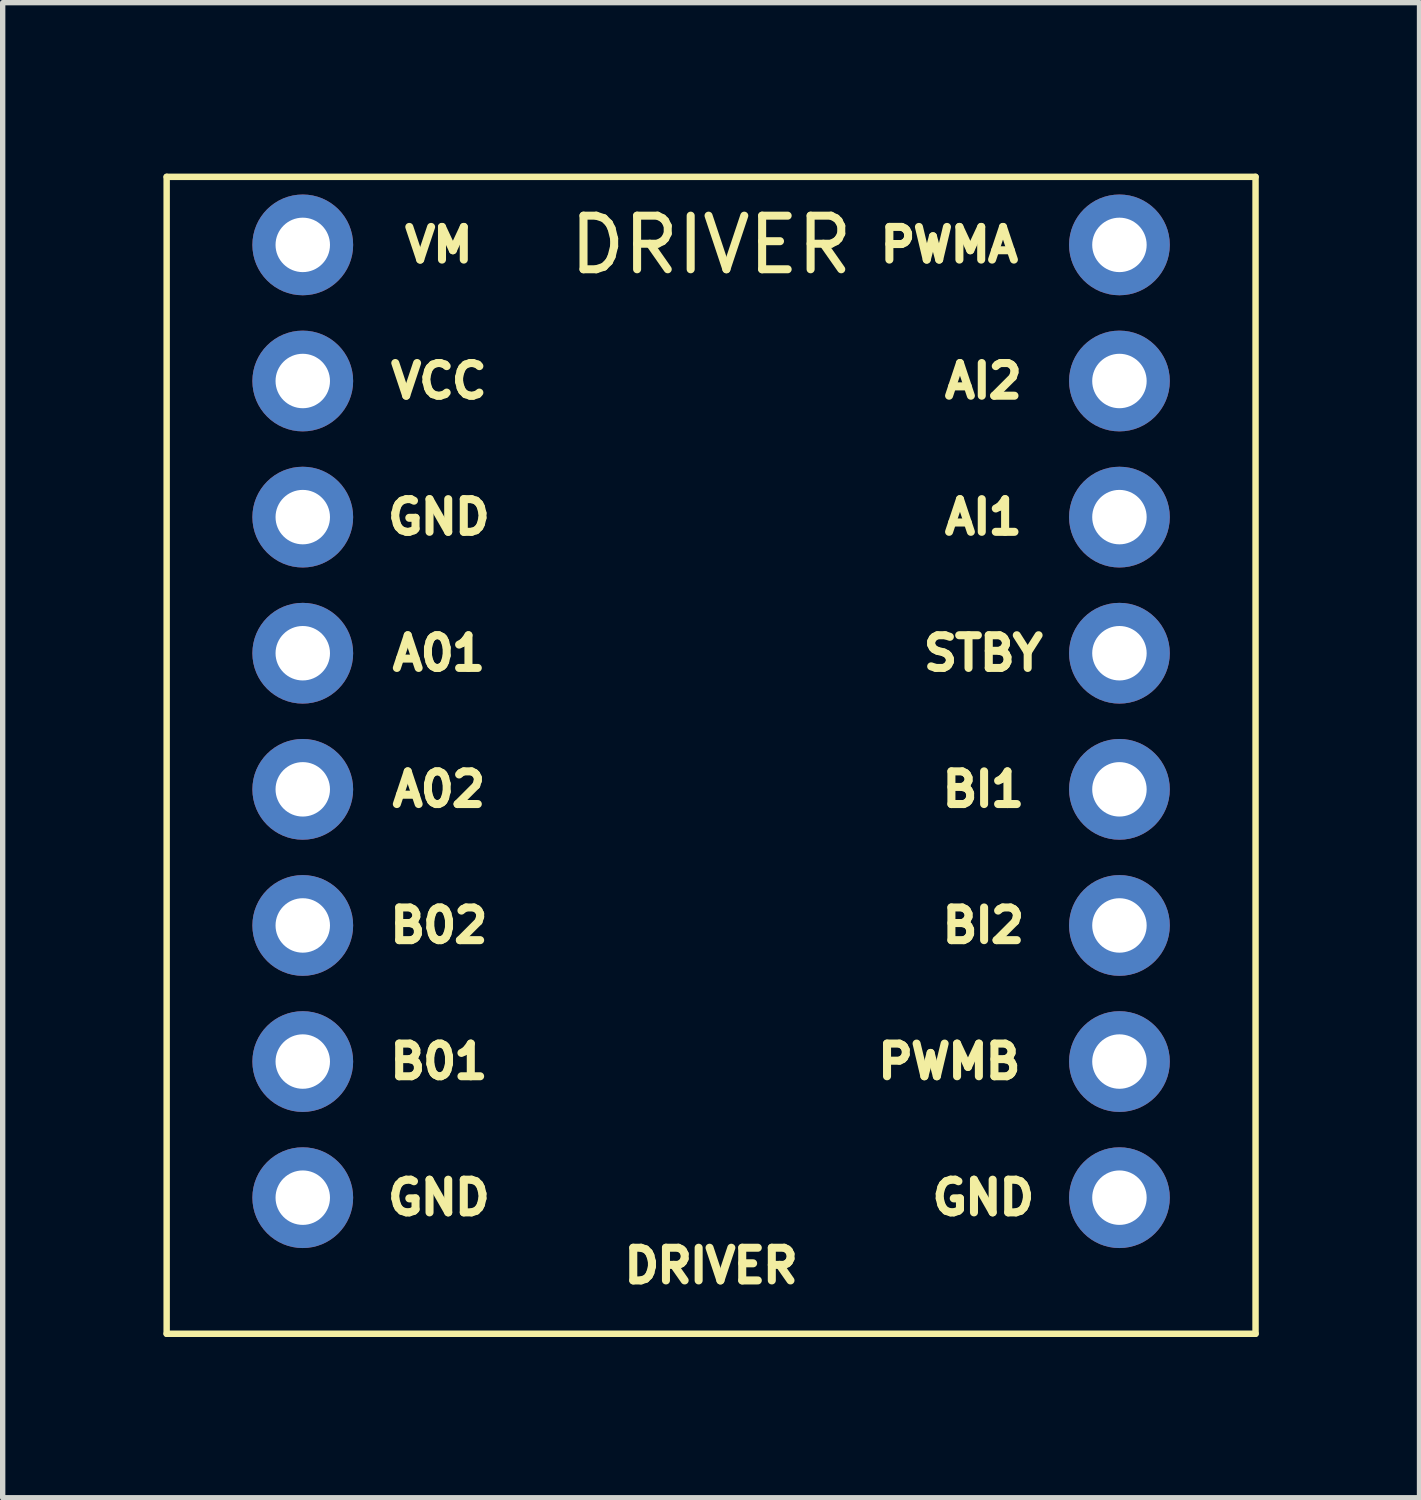
<source format=kicad_pcb>
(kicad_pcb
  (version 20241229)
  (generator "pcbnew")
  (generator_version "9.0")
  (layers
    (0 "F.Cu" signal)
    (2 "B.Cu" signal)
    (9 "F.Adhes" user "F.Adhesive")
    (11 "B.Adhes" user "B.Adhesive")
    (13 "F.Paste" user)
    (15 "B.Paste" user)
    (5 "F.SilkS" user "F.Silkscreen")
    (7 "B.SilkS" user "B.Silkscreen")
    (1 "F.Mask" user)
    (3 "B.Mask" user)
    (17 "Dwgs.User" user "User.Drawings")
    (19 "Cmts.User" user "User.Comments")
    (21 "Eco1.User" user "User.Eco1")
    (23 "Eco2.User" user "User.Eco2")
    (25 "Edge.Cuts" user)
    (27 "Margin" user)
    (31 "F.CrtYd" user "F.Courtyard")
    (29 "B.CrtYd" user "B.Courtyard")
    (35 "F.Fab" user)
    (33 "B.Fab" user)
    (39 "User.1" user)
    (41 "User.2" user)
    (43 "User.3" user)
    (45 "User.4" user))
  (footprint "DRIVER"
    (layer "F.Cu")
    (at 10.22 0.25)
    (property "Reference" "DRIVER" (at 0 1.27 0) (layer "F.SilkS") (effects (font (size 1 1) (thickness 0.15))))
    (attr through_hole)
    (fp_line (start -10.16 0) (end -10.16 21.59) (stroke (width 0.12) (type solid)) (layer "F.SilkS"))
    (fp_line (start -10.16 0) (end 10.16 0) (stroke (width 0.12) (type solid)) (layer "F.SilkS"))
    (fp_line (start -10.16 21.59) (end 10.16 21.59) (stroke (width 0.12) (type solid)) (layer "F.SilkS"))
    (fp_line (start 10.16 21.59) (end 10.16 0) (stroke (width 0.12) (type solid)) (layer "F.SilkS"))
    (fp_text user "AI1" (at 5.08 6.35 0) (layer "F.SilkS") (effects (font (size 0.61 0.61) (thickness 0.15))))
    (fp_text user "VCC" (at -5.08 3.81 0) (layer "F.SilkS") (effects (font (size 0.61 0.61) (thickness 0.15))))
    (fp_text user "BI1" (at 5.08 11.43 0) (layer "F.SilkS") (effects (font (size 0.61 0.61) (thickness 0.15))))
    (fp_text user "PWMB" (at 4.445 16.51 0) (layer "F.SilkS") (effects (font (size 0.61 0.61) (thickness 0.15))))
    (fp_text user "GND" (at -5.08 6.35 0) (layer "F.SilkS") (effects (font (size 0.61 0.61) (thickness 0.15))))
    (fp_text user "PWMA" (at 4.445 1.27 0) (layer "F.SilkS") (effects (font (size 0.61 0.61) (thickness 0.15))))
    (fp_text user "AI2" (at 5.08 3.81 0) (layer "F.SilkS") (effects (font (size 0.61 0.61) (thickness 0.15))))
    (fp_text user "GND" (at -5.08 19.05 0) (layer "F.SilkS") (effects (font (size 0.61 0.61) (thickness 0.15))))
    (fp_text user "A02" (at -5.08 11.43 0) (layer "F.SilkS") (effects (font (size 0.61 0.61) (thickness 0.15))))
    (fp_text user "A01" (at -5.08 8.89 0) (layer "F.SilkS") (effects (font (size 0.61 0.61) (thickness 0.15))))
    (fp_text user "STBY" (at 5.08 8.89 0) (layer "F.SilkS") (effects (font (size 0.61 0.61) (thickness 0.15))))
    (fp_text user "B01" (at -5.08 16.51 0) (layer "F.SilkS") (effects (font (size 0.61 0.61) (thickness 0.15))))
    (fp_text user "B02" (at -5.08 13.97 0) (layer "F.SilkS") (effects (font (size 0.61 0.61) (thickness 0.15))))
    (fp_text user "DRIVER" (at 0 20.32 0) (layer "F.SilkS") (effects (font (size 0.61 0.61) (thickness 0.15))))
    (fp_text user "VM" (at -5.08 1.27 0) (layer "F.SilkS") (effects (font (size 0.61 0.61) (thickness 0.15))))
    (fp_text user "BI2" (at 5.08 13.97 0) (layer "F.SilkS") (effects (font (size 0.61 0.61) (thickness 0.15))))
    (fp_text user "GND" (at 5.08 19.05 0) (layer "F.SilkS") (effects (font (size 0.61 0.61) (thickness 0.15))))
    (pad "1" thru_hole circle (at -7.62 1.27) (size 1.88 1.88) (drill 1.016) (layers "*.Cu" "*.Mask"))
    (pad "2" thru_hole circle (at -7.62 3.81) (size 1.88 1.88) (drill 1.016) (layers "*.Cu" "*.Mask"))
    (pad "3" thru_hole circle (at -7.62 6.35) (size 1.88 1.88) (drill 1.016) (layers "*.Cu" "*.Mask"))
    (pad "4" thru_hole circle (at -7.62 8.89) (size 1.88 1.88) (drill 1.016) (layers "*.Cu" "*.Mask"))
    (pad "5" thru_hole circle (at -7.62 11.43) (size 1.88 1.88) (drill 1.016) (layers "*.Cu" "*.Mask"))
    (pad "6" thru_hole circle (at -7.62 13.97) (size 1.88 1.88) (drill 1.016) (layers "*.Cu" "*.Mask"))
    (pad "7" thru_hole circle (at -7.62 16.51) (size 1.88 1.88) (drill 1.016) (layers "*.Cu" "*.Mask"))
    (pad "8" thru_hole circle (at -7.62 19.05) (size 1.88 1.88) (drill 1.016) (layers "*.Cu" "*.Mask"))
    (pad "9" thru_hole circle (at 7.62 1.27) (size 1.88 1.88) (drill 1.016) (layers "*.Cu" "*.Mask"))
    (pad "10" thru_hole circle (at 7.62 3.81) (size 1.88 1.88) (drill 1.016) (layers "*.Cu" "*.Mask"))
    (pad "11" thru_hole circle (at 7.62 6.35) (size 1.88 1.88) (drill 1.016) (layers "*.Cu" "*.Mask"))
    (pad "12" thru_hole circle (at 7.62 8.89) (size 1.88 1.88) (drill 1.016) (layers "*.Cu" "*.Mask"))
    (pad "13" thru_hole circle (at 7.62 11.43) (size 1.88 1.88) (drill 1.016) (layers "*.Cu" "*.Mask"))
    (pad "14" thru_hole circle (at 7.62 13.97) (size 1.88 1.88) (drill 1.016) (layers "*.Cu" "*.Mask"))
    (pad "15" thru_hole circle (at 7.62 16.51) (size 1.88 1.88) (drill 1.016) (layers "*.Cu" "*.Mask"))
    (pad "16" thru_hole circle (at 7.62 19.05) (size 1.88 1.88) (drill 1.016) (layers "*.Cu" "*.Mask")))
  (gr_rect
    (start -3 -3)
    (end 23.44 24.9)
    (stroke (width 0.1) (type default))
    (fill no)
    (layer "Edge.Cuts")))
</source>
